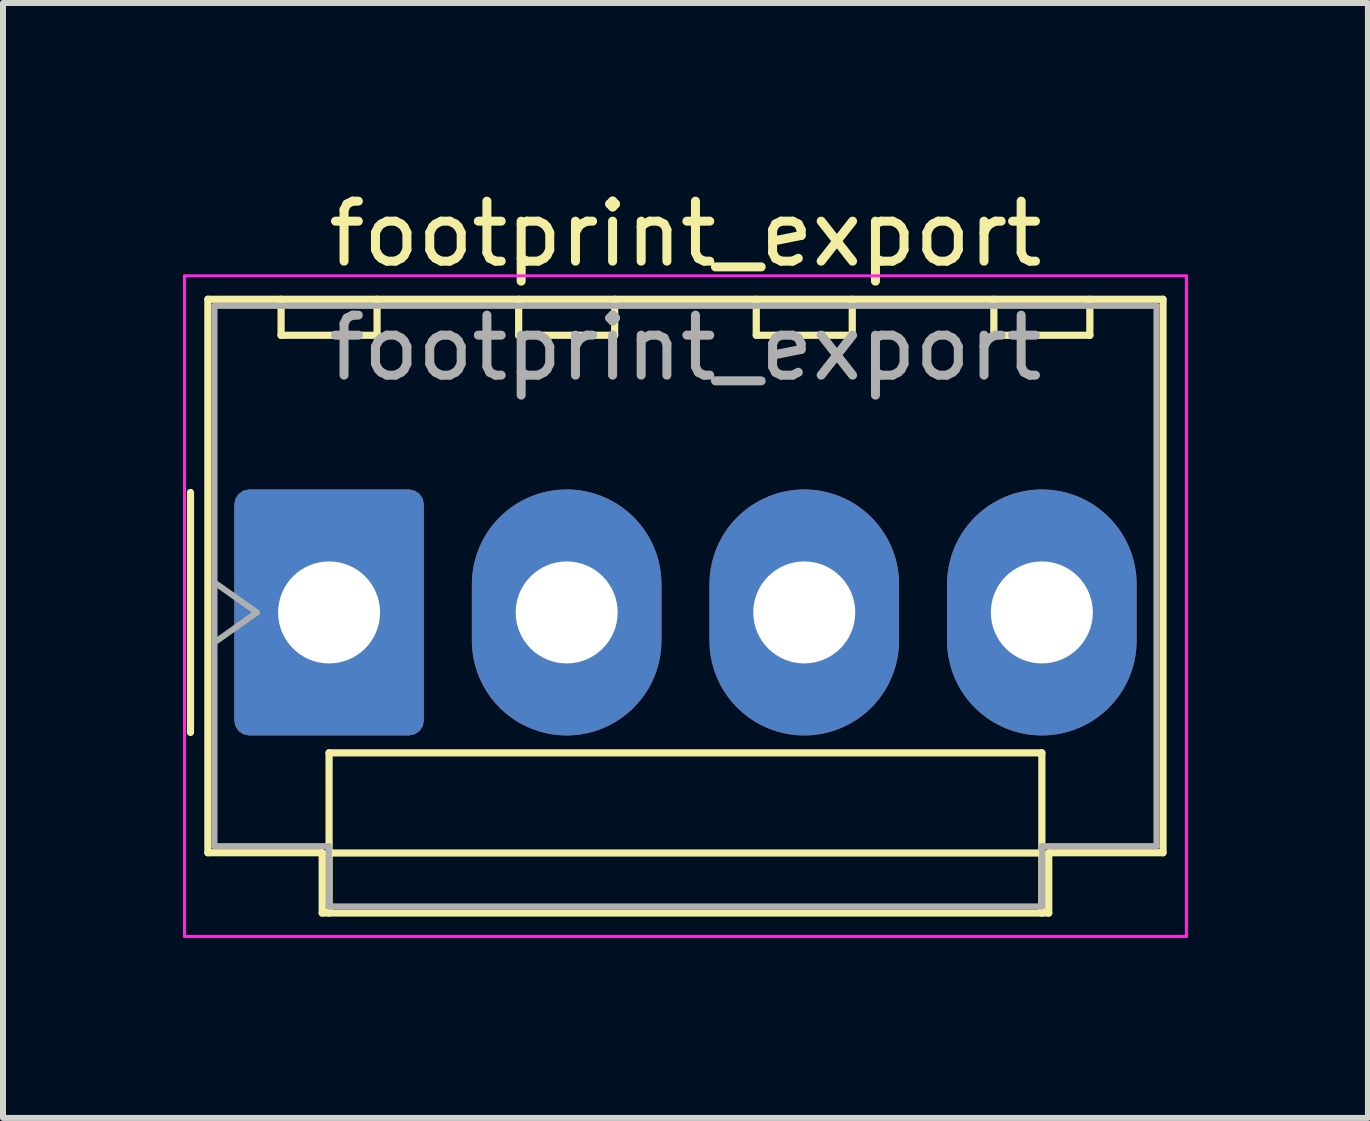
<source format=kicad_pcb>
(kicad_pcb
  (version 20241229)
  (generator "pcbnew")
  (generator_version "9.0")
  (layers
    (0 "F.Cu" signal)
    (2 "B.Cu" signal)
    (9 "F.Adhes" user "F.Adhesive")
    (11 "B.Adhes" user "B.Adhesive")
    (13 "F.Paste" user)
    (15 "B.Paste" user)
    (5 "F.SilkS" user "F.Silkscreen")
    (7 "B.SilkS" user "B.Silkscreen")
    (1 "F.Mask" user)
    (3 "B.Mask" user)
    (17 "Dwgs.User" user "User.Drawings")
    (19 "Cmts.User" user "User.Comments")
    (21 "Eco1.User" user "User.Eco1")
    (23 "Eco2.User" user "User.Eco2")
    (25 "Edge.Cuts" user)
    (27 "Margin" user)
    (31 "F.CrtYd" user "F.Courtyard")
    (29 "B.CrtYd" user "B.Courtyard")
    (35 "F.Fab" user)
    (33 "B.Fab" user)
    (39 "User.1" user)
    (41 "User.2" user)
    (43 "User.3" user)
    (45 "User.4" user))
  (footprint "footprint_export"
    (layer "F.Cu")
    (at 2.435 7.158)
    (property "Reference" "footprint_export" (at 5.94 -6.31 0) (layer "F.SilkS") (effects (font (size 1 1) (thickness 0.15))))
    (attr through_hole)
    (fp_line (start -2.31 -2) (end -2.31 2) (stroke (width 0.12) (type solid)) (layer "F.SilkS"))
    (fp_line (start -2.02 -5.22) (end 13.9 -5.22) (stroke (width 0.12) (type solid)) (layer "F.SilkS"))
    (fp_line (start -2.02 4.005) (end -2.02 -5.22) (stroke (width 0.12) (type solid)) (layer "F.SilkS"))
    (fp_line (start -0.8 -5.22) (end -0.8 -4.62) (stroke (width 0.12) (type solid)) (layer "F.SilkS"))
    (fp_line (start -0.8 -4.62) (end 0.8 -4.62) (stroke (width 0.12) (type solid)) (layer "F.SilkS"))
    (fp_line (start -0.115 4.005) (end -2.02 4.005) (stroke (width 0.12) (type solid)) (layer "F.SilkS"))
    (fp_line (start -0.115 5.01) (end -0.115 4.005) (stroke (width 0.12) (type solid)) (layer "F.SilkS"))
    (fp_line (start 0 2.34) (end 11.88 2.34) (stroke (width 0.12) (type solid)) (layer "F.SilkS"))
    (fp_line (start 0 4.01) (end 0 2.34) (stroke (width 0.12) (type solid)) (layer "F.SilkS"))
    (fp_line (start 0 4.01) (end 11.88 4.01) (stroke (width 0.12) (type solid)) (layer "F.SilkS"))
    (fp_line (start 0 5.01) (end 0 4.01) (stroke (width 0.12) (type solid)) (layer "F.SilkS"))
    (fp_line (start 0.8 -4.62) (end 0.8 -5.22) (stroke (width 0.12) (type solid)) (layer "F.SilkS"))
    (fp_line (start 3.16 -5.22) (end 3.16 -4.62) (stroke (width 0.12) (type solid)) (layer "F.SilkS"))
    (fp_line (start 3.16 -4.62) (end 4.76 -4.62) (stroke (width 0.12) (type solid)) (layer "F.SilkS"))
    (fp_line (start 4.76 -4.62) (end 4.76 -5.22) (stroke (width 0.12) (type solid)) (layer "F.SilkS"))
    (fp_line (start 7.12 -5.22) (end 7.12 -4.62) (stroke (width 0.12) (type solid)) (layer "F.SilkS"))
    (fp_line (start 7.12 -4.62) (end 8.72 -4.62) (stroke (width 0.12) (type solid)) (layer "F.SilkS"))
    (fp_line (start 8.72 -4.62) (end 8.72 -5.22) (stroke (width 0.12) (type solid)) (layer "F.SilkS"))
    (fp_line (start 11.08 -5.22) (end 11.08 -4.62) (stroke (width 0.12) (type solid)) (layer "F.SilkS"))
    (fp_line (start 11.08 -4.62) (end 12.68 -4.62) (stroke (width 0.12) (type solid)) (layer "F.SilkS"))
    (fp_line (start 11.88 2.34) (end 11.88 4.01) (stroke (width 0.12) (type solid)) (layer "F.SilkS"))
    (fp_line (start 11.88 4.01) (end 11.88 5.01) (stroke (width 0.12) (type solid)) (layer "F.SilkS"))
    (fp_line (start 11.995 4.005) (end 11.995 5.01) (stroke (width 0.12) (type solid)) (layer "F.SilkS"))
    (fp_line (start 11.995 5.01) (end -0.115 5.01) (stroke (width 0.12) (type solid)) (layer "F.SilkS"))
    (fp_line (start 12.68 -4.62) (end 12.68 -5.22) (stroke (width 0.12) (type solid)) (layer "F.SilkS"))
    (fp_line (start 13.9 -5.22) (end 13.9 4.005) (stroke (width 0.12) (type solid)) (layer "F.SilkS"))
    (fp_line (start 13.9 4.005) (end 11.995 4.005) (stroke (width 0.12) (type solid)) (layer "F.SilkS"))
    (fp_line (start -2.41 -5.61) (end -2.41 5.4) (stroke (width 0.05) (type solid)) (layer "F.CrtYd"))
    (fp_line (start -2.41 5.4) (end 14.29 5.4) (stroke (width 0.05) (type solid)) (layer "F.CrtYd"))
    (fp_line (start 14.29 -5.61) (end -2.41 -5.61) (stroke (width 0.05) (type solid)) (layer "F.CrtYd"))
    (fp_line (start 14.29 5.4) (end 14.29 -5.61) (stroke (width 0.05) (type solid)) (layer "F.CrtYd"))
    (fp_line (start -1.91 -5.11) (end 13.79 -5.11) (stroke (width 0.1) (type solid)) (layer "F.Fab"))
    (fp_line (start -1.91 -0.5) (end -1.203 0) (stroke (width 0.1) (type solid)) (layer "F.Fab"))
    (fp_line (start -1.91 3.895) (end -1.91 -5.11) (stroke (width 0.1) (type solid)) (layer "F.Fab"))
    (fp_line (start -1.203 0) (end -1.91 0.5) (stroke (width 0.1) (type solid)) (layer "F.Fab"))
    (fp_line (start -0.005 3.895) (end -1.91 3.895) (stroke (width 0.1) (type solid)) (layer "F.Fab"))
    (fp_line (start -0.005 4.9) (end -0.005 3.895) (stroke (width 0.1) (type solid)) (layer "F.Fab"))
    (fp_line (start 11.885 3.895) (end 11.885 4.9) (stroke (width 0.1) (type solid)) (layer "F.Fab"))
    (fp_line (start 11.885 4.9) (end -0.005 4.9) (stroke (width 0.1) (type solid)) (layer "F.Fab"))
    (fp_line (start 13.79 -5.11) (end 13.79 3.895) (stroke (width 0.1) (type solid)) (layer "F.Fab"))
    (fp_line (start 13.79 3.895) (end 11.885 3.895) (stroke (width 0.1) (type solid)) (layer "F.Fab"))
    (fp_text user "${REFERENCE}" (at 5.94 -4.41 0) (layer "F.Fab") (effects (font (size 1 1) (thickness 0.15))))
    (pad "1" thru_hole roundrect (at 0 0) (size 3.16 4.1) (drill 1.7) (layers "*.Cu" "*.Mask") (roundrect_rratio 0.079))
    (pad "2" thru_hole oval (at 3.96 0) (size 3.16 4.1) (drill 1.7) (layers "*.Cu" "*.Mask"))
    (pad "3" thru_hole oval (at 7.92 0) (size 3.16 4.1) (drill 1.7) (layers "*.Cu" "*.Mask"))
    (pad "4" thru_hole oval (at 11.88 0) (size 3.16 4.1) (drill 1.7) (layers "*.Cu" "*.Mask")))
  (gr_rect
    (start -3 -3)
    (end 19.75 15.583)
    (stroke (width 0.1) (type default))
    (fill no)
    (layer "Edge.Cuts")))
</source>
